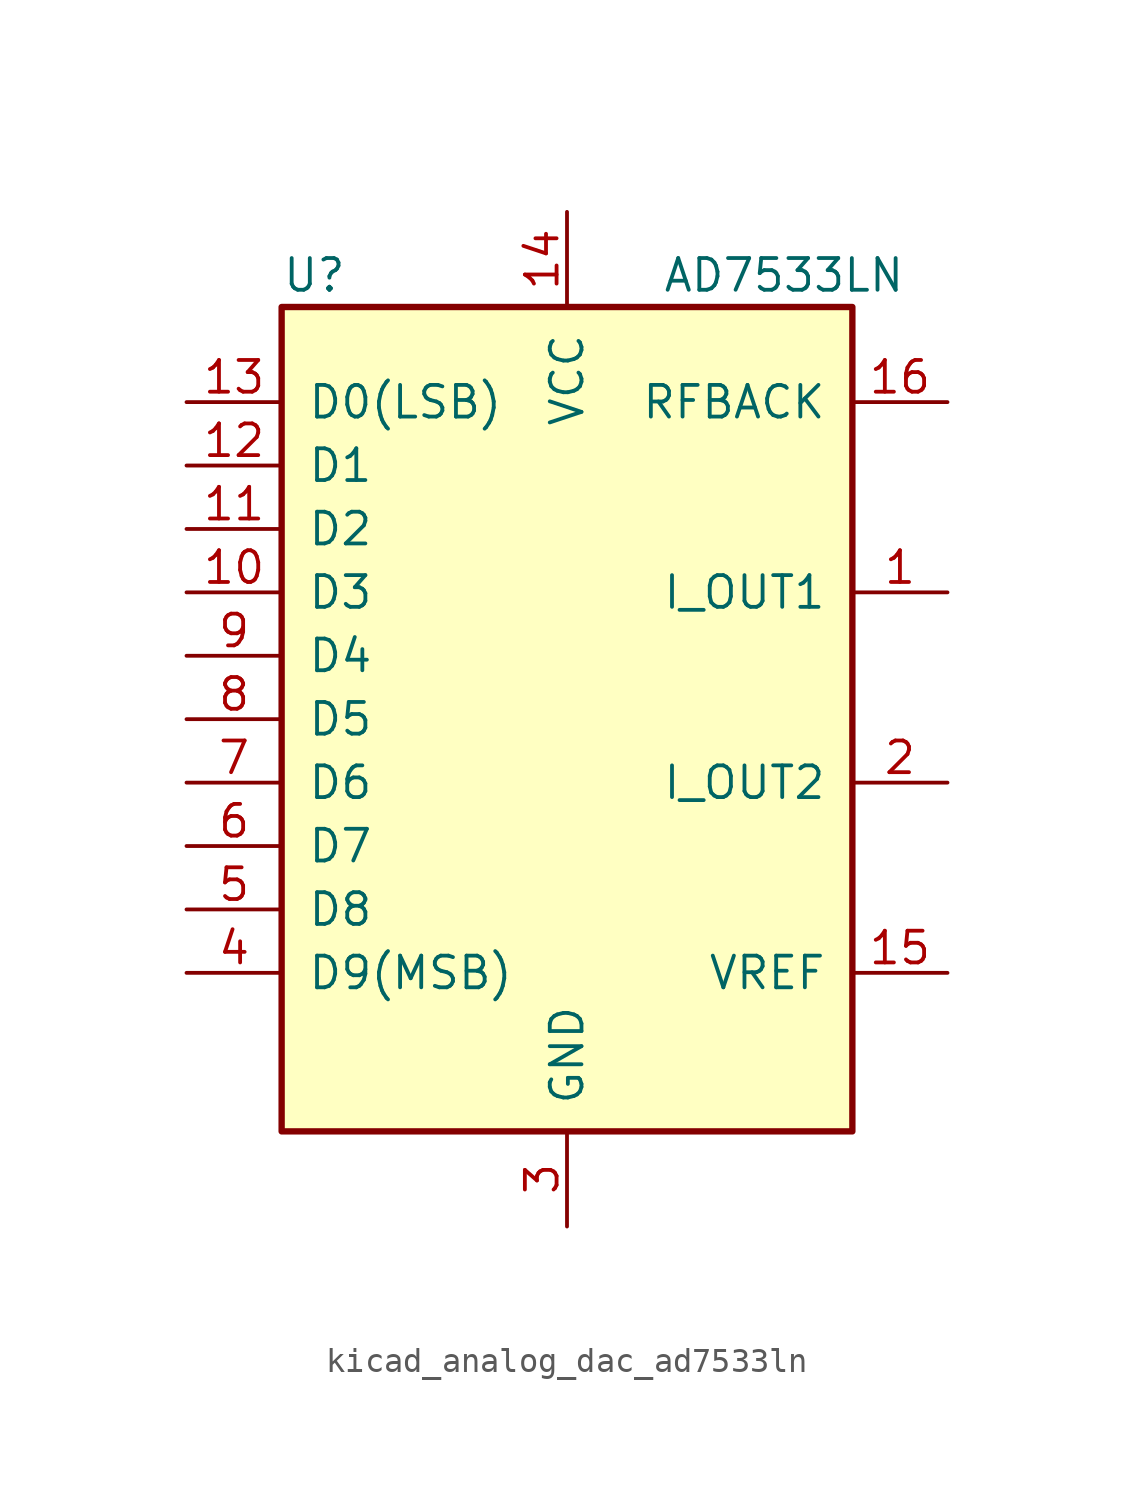
<source format=kicad_sym>
(kicad_symbol_lib
  (version 20220914)
  (generator kicad_symbol_editor)
  (symbol "kicad_analog_dac_ad7533ln"
    (pin_names
      (offset 1.016))
    (property "Reference" "U"
      (at -11.43 17.78 0)
      (effects (font (size 1.27 1.27)) (justify left)))
    (property "Value" "AD7533LN"
      (at 3.81 17.78 0)
      (effects (font (size 1.27 1.27)) (justify left)))
    (symbol "kicad_analog_dac_ad7533ln_0_1"
      (rectangle (start -11.43 -16.51) (end 11.43 16.51) (stroke (width 0.254) (type default)) (fill (type background))))
    (symbol "kicad_analog_dac_ad7533ln_1_1"
      (pin passive line (at 15.24 5.08 180) (length 3.81) (name "I_OUT1" (effects (font (size 1.27 1.27)))) (number "1" (effects (font (size 1.27 1.27)))))
      (pin input line (at -15.24 5.08 0) (length 3.81) (name "D3" (effects (font (size 1.27 1.27)))) (number "10" (effects (font (size 1.27 1.27)))))
      (pin input line (at -15.24 7.62 0) (length 3.81) (name "D2" (effects (font (size 1.27 1.27)))) (number "11" (effects (font (size 1.27 1.27)))))
      (pin input line (at -15.24 10.16 0) (length 3.81) (name "D1" (effects (font (size 1.27 1.27)))) (number "12" (effects (font (size 1.27 1.27)))))
      (pin input line (at -15.24 12.7 0) (length 3.81) (name "D0(LSB)" (effects (font (size 1.27 1.27)))) (number "13" (effects (font (size 1.27 1.27)))))
      (pin power_in line (at 0 20.32 270) (length 3.81) (name "VCC" (effects (font (size 1.27 1.27)))) (number "14" (effects (font (size 1.27 1.27)))))
      (pin passive line (at 15.24 -10.16 180) (length 3.81) (name "VREF" (effects (font (size 1.27 1.27)))) (number "15" (effects (font (size 1.27 1.27)))))
      (pin passive line (at 15.24 12.7 180) (length 3.81) (name "RFBACK" (effects (font (size 1.27 1.27)))) (number "16" (effects (font (size 1.27 1.27)))))
      (pin passive line (at 15.24 -2.54 180) (length 3.81) (name "I_OUT2" (effects (font (size 1.27 1.27)))) (number "2" (effects (font (size 1.27 1.27)))))
      (pin power_in line (at 0 -20.32 90) (length 3.81) (name "GND" (effects (font (size 1.27 1.27)))) (number "3" (effects (font (size 1.27 1.27)))))
      (pin input line (at -15.24 -10.16 0) (length 3.81) (name "D9(MSB)" (effects (font (size 1.27 1.27)))) (number "4" (effects (font (size 1.27 1.27)))))
      (pin input line (at -15.24 -7.62 0) (length 3.81) (name "D8" (effects (font (size 1.27 1.27)))) (number "5" (effects (font (size 1.27 1.27)))))
      (pin input line (at -15.24 -5.08 0) (length 3.81) (name "D7" (effects (font (size 1.27 1.27)))) (number "6" (effects (font (size 1.27 1.27)))))
      (pin input line (at -15.24 -2.54 0) (length 3.81) (name "D6" (effects (font (size 1.27 1.27)))) (number "7" (effects (font (size 1.27 1.27)))))
      (pin input line (at -15.24 0 0) (length 3.81) (name "D5" (effects (font (size 1.27 1.27)))) (number "8" (effects (font (size 1.27 1.27)))))
      (pin input line (at -15.24 2.54 0) (length 3.81) (name "D4" (effects (font (size 1.27 1.27)))) (number "9" (effects (font (size 1.27 1.27))))))))
</source>
